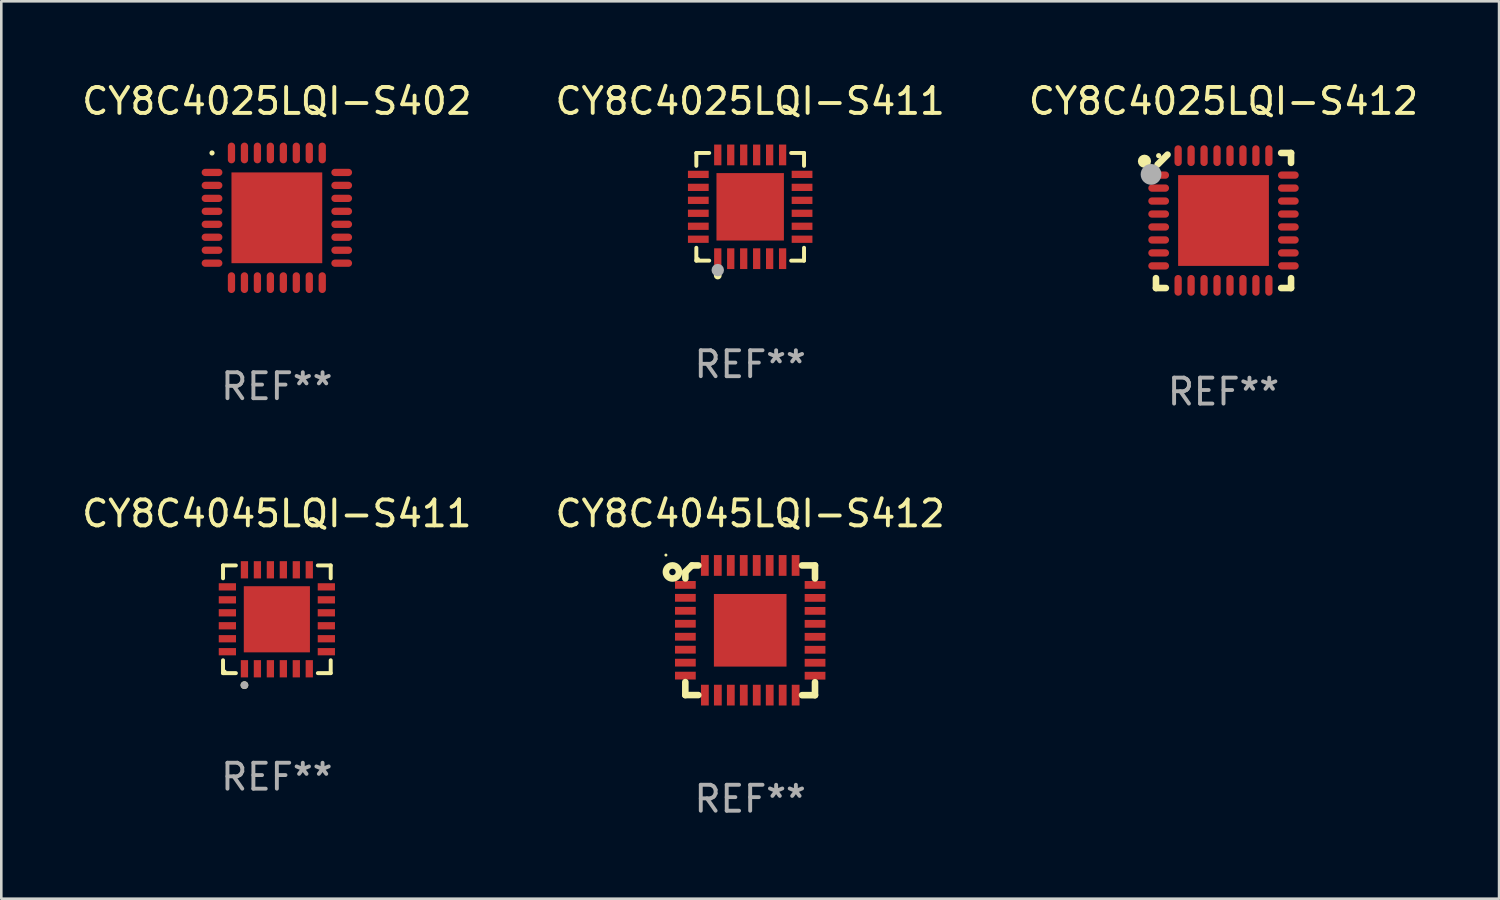
<source format=kicad_pcb>
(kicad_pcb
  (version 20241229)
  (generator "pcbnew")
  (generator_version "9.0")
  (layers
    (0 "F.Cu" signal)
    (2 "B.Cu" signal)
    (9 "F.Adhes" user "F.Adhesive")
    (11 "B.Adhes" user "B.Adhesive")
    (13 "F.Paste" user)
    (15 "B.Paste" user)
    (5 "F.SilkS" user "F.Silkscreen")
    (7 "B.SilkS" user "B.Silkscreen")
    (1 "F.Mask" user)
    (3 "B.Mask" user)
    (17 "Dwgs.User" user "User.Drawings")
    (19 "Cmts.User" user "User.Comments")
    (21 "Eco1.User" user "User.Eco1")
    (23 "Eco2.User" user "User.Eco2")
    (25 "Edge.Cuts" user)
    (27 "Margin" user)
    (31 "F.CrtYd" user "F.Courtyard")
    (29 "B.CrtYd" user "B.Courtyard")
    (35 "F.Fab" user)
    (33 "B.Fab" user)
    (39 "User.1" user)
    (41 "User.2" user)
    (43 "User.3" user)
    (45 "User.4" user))
  (footprint "CY8C4025LQI-S402"
    (layer "F.Cu")
    (at 7.625 5.348)
    (property "Reference" "CY8C4025LQI-S402" (at 0 -4.5 0) (layer "F.SilkS") (effects (font (size 1 1) (thickness 0.15))))
    (attr through_hole)
    (fp_circle (center -2.5 -2.5) (end -2.45 -2.5) (stroke (width 0.1) (type solid)) (fill no) (layer "F.SilkS"))
    (fp_text user "REF**" (at 0 6.5 0) (layer "F.Fab") (effects (font (size 1 1) (thickness 0.15))))
    (pad "1" smd oval (at -2.5 -1.75) (size 0.8 0.28) (layers "F.Cu" "F.Mask" "F.Paste"))
    (pad "2" smd oval (at -2.5 -1.25) (size 0.8 0.28) (layers "F.Cu" "F.Mask" "F.Paste"))
    (pad "3" smd oval (at -2.5 -0.75) (size 0.8 0.28) (layers "F.Cu" "F.Mask" "F.Paste"))
    (pad "4" smd oval (at -2.5 -0.25) (size 0.8 0.28) (layers "F.Cu" "F.Mask" "F.Paste"))
    (pad "5" smd oval (at -2.5 0.25) (size 0.8 0.28) (layers "F.Cu" "F.Mask" "F.Paste"))
    (pad "6" smd oval (at -2.5 0.75) (size 0.8 0.28) (layers "F.Cu" "F.Mask" "F.Paste"))
    (pad "7" smd oval (at -2.5 1.25) (size 0.8 0.28) (layers "F.Cu" "F.Mask" "F.Paste"))
    (pad "8" smd oval (at -2.5 1.75) (size 0.8 0.28) (layers "F.Cu" "F.Mask" "F.Paste"))
    (pad "9" smd oval (at -1.75 2.5) (size 0.28 0.8) (layers "F.Cu" "F.Mask" "F.Paste"))
    (pad "10" smd oval (at -1.25 2.5) (size 0.28 0.8) (layers "F.Cu" "F.Mask" "F.Paste"))
    (pad "11" smd oval (at -0.75 2.5) (size 0.28 0.8) (layers "F.Cu" "F.Mask" "F.Paste"))
    (pad "12" smd oval (at -0.25 2.5) (size 0.28 0.8) (layers "F.Cu" "F.Mask" "F.Paste"))
    (pad "13" smd oval (at 0.25 2.5) (size 0.28 0.8) (layers "F.Cu" "F.Mask" "F.Paste"))
    (pad "14" smd oval (at 0.75 2.5) (size 0.28 0.8) (layers "F.Cu" "F.Mask" "F.Paste"))
    (pad "15" smd oval (at 1.25 2.5) (size 0.28 0.8) (layers "F.Cu" "F.Mask" "F.Paste"))
    (pad "16" smd oval (at 1.75 2.5) (size 0.28 0.8) (layers "F.Cu" "F.Mask" "F.Paste"))
    (pad "17" smd oval (at 2.5 1.75) (size 0.8 0.28) (layers "F.Cu" "F.Mask" "F.Paste"))
    (pad "18" smd oval (at 2.5 1.25) (size 0.8 0.28) (layers "F.Cu" "F.Mask" "F.Paste"))
    (pad "19" smd oval (at 2.5 0.75) (size 0.8 0.28) (layers "F.Cu" "F.Mask" "F.Paste"))
    (pad "20" smd oval (at 2.5 0.25) (size 0.8 0.28) (layers "F.Cu" "F.Mask" "F.Paste"))
    (pad "21" smd oval (at 2.5 -0.25) (size 0.8 0.28) (layers "F.Cu" "F.Mask" "F.Paste"))
    (pad "22" smd oval (at 2.5 -0.75) (size 0.8 0.28) (layers "F.Cu" "F.Mask" "F.Paste"))
    (pad "23" smd oval (at 2.5 -1.25) (size 0.8 0.28) (layers "F.Cu" "F.Mask" "F.Paste"))
    (pad "24" smd oval (at 2.5 -1.75) (size 0.8 0.28) (layers "F.Cu" "F.Mask" "F.Paste"))
    (pad "25" smd oval (at 1.75 -2.5) (size 0.28 0.8) (layers "F.Cu" "F.Mask" "F.Paste"))
    (pad "26" smd oval (at 1.25 -2.5) (size 0.28 0.8) (layers "F.Cu" "F.Mask" "F.Paste"))
    (pad "27" smd oval (at 0.75 -2.5) (size 0.28 0.8) (layers "F.Cu" "F.Mask" "F.Paste"))
    (pad "28" smd oval (at 0.25 -2.5) (size 0.28 0.8) (layers "F.Cu" "F.Mask" "F.Paste"))
    (pad "29" smd oval (at -0.25 -2.5) (size 0.28 0.8) (layers "F.Cu" "F.Mask" "F.Paste"))
    (pad "30" smd oval (at -0.75 -2.5) (size 0.28 0.8) (layers "F.Cu" "F.Mask" "F.Paste"))
    (pad "31" smd oval (at -1.25 -2.5) (size 0.28 0.8) (layers "F.Cu" "F.Mask" "F.Paste"))
    (pad "32" smd oval (at -1.75 -2.5) (size 0.28 0.8) (layers "F.Cu" "F.Mask" "F.Paste"))
    (pad "33" smd rect (at -0.000127 -0.000127) (size 3.5 3.5) (layers "F.Cu" "F.Mask" "F.Paste")))
  (footprint "CY8C4045LQI-S411"
    (layer "F.Cu")
    (at 7.625 20.828)
    (property "Reference" "CY8C4045LQI-S411" (at 0 -4.076 0) (layer "F.SilkS") (effects (font (size 1 1) (thickness 0.15))))
    (attr through_hole)
    (fp_line (start -2.076 -2.076) (end -1.58 -2.076) (stroke (width 0.152) (type solid)) (layer "F.SilkS"))
    (fp_line (start -2.076 -1.58) (end -2.076 -2.076) (stroke (width 0.152) (type solid)) (layer "F.SilkS"))
    (fp_line (start -2.076 1.58) (end -2.076 2.076) (stroke (width 0.152) (type solid)) (layer "F.SilkS"))
    (fp_line (start -2.076 2.076) (end -1.58 2.076) (stroke (width 0.152) (type solid)) (layer "F.SilkS"))
    (fp_line (start 2.076 -2.076) (end 1.58 -2.076) (stroke (width 0.152) (type solid)) (layer "F.SilkS"))
    (fp_line (start 2.076 -1.58) (end 2.076 -2.076) (stroke (width 0.152) (type solid)) (layer "F.SilkS"))
    (fp_line (start 2.076 1.58) (end 2.076 2.076) (stroke (width 0.152) (type solid)) (layer "F.SilkS"))
    (fp_line (start 2.076 2.076) (end 1.58 2.076) (stroke (width 0.152) (type solid)) (layer "F.SilkS"))
    (fp_circle (center -2 2) (end -1.97 2) (stroke (width 0.06) (type solid)) (fill no) (layer "F.SilkS"))
    (fp_circle (center -1.25 2.54) (end -1.175 2.54) (stroke (width 0.15) (type solid)) (fill no) (layer "F.SilkS"))
    (fp_circle (center -1.25 2.54) (end -1.175 2.54) (stroke (width 0.15) (type solid)) (fill no) (layer "F.Fab"))
    (fp_text user "REF**" (at 0 6.076 0) (layer "F.Fab") (effects (font (size 1 1) (thickness 0.15))))
    (pad "1" smd rect (at -1.25 1.908) (size 0.28 0.665) (layers "F.Cu" "F.Mask" "F.Paste"))
    (pad "2" smd rect (at -0.75 1.908) (size 0.28 0.665) (layers "F.Cu" "F.Mask" "F.Paste"))
    (pad "3" smd rect (at -0.25 1.908) (size 0.28 0.665) (layers "F.Cu" "F.Mask" "F.Paste"))
    (pad "4" smd rect (at 0.25 1.908) (size 0.28 0.665) (layers "F.Cu" "F.Mask" "F.Paste"))
    (pad "5" smd rect (at 0.75 1.908) (size 0.28 0.665) (layers "F.Cu" "F.Mask" "F.Paste"))
    (pad "6" smd rect (at 1.25 1.908) (size 0.28 0.665) (layers "F.Cu" "F.Mask" "F.Paste"))
    (pad "7" smd rect (at 1.908 1.25) (size 0.665 0.28) (layers "F.Cu" "F.Mask" "F.Paste"))
    (pad "8" smd rect (at 1.908 0.75) (size 0.665 0.28) (layers "F.Cu" "F.Mask" "F.Paste"))
    (pad "9" smd rect (at 1.908 0.25) (size 0.665 0.28) (layers "F.Cu" "F.Mask" "F.Paste"))
    (pad "10" smd rect (at 1.908 -0.25) (size 0.665 0.28) (layers "F.Cu" "F.Mask" "F.Paste"))
    (pad "11" smd rect (at 1.908 -0.75) (size 0.665 0.28) (layers "F.Cu" "F.Mask" "F.Paste"))
    (pad "12" smd rect (at 1.908 -1.25) (size 0.665 0.28) (layers "F.Cu" "F.Mask" "F.Paste"))
    (pad "13" smd rect (at 1.25 -1.908) (size 0.28 0.665) (layers "F.Cu" "F.Mask" "F.Paste"))
    (pad "14" smd rect (at 0.75 -1.908) (size 0.28 0.665) (layers "F.Cu" "F.Mask" "F.Paste"))
    (pad "15" smd rect (at 0.25 -1.908) (size 0.28 0.665) (layers "F.Cu" "F.Mask" "F.Paste"))
    (pad "16" smd rect (at -0.25 -1.908) (size 0.28 0.665) (layers "F.Cu" "F.Mask" "F.Paste"))
    (pad "17" smd rect (at -0.75 -1.908) (size 0.28 0.665) (layers "F.Cu" "F.Mask" "F.Paste"))
    (pad "18" smd rect (at -1.25 -1.908) (size 0.28 0.665) (layers "F.Cu" "F.Mask" "F.Paste"))
    (pad "19" smd rect (at -1.908 -1.25) (size 0.665 0.28) (layers "F.Cu" "F.Mask" "F.Paste"))
    (pad "20" smd rect (at -1.908 -0.75) (size 0.665 0.28) (layers "F.Cu" "F.Mask" "F.Paste"))
    (pad "21" smd rect (at -1.908 -0.25) (size 0.665 0.28) (layers "F.Cu" "F.Mask" "F.Paste"))
    (pad "22" smd rect (at -1.908 0.25) (size 0.665 0.28) (layers "F.Cu" "F.Mask" "F.Paste"))
    (pad "23" smd rect (at -1.908 0.75) (size 0.665 0.28) (layers "F.Cu" "F.Mask" "F.Paste"))
    (pad "24" smd rect (at -1.908 1.25) (size 0.665 0.28) (layers "F.Cu" "F.Mask" "F.Paste"))
    (pad "25" smd rect (at 0 0) (size 2.55 2.55) (layers "F.Cu" "F.Mask" "F.Paste")))
  (footprint "CY8C4025LQI-S412"
    (layer "F.Cu")
    (at 44.125 5.452)
    (property "Reference" "CY8C4025LQI-S412" (at 0 -4.604 0) (layer "F.SilkS") (effects (font (size 1 1) (thickness 0.15))))
    (attr through_hole)
    (fp_line (start -2.604 2.223) (end -2.604 2.604) (stroke (width 0.254) (type solid)) (layer "F.SilkS"))
    (fp_line (start -2.604 2.604) (end -2.223 2.604) (stroke (width 0.254) (type solid)) (layer "F.SilkS"))
    (fp_line (start -2.159 -2.54) (end -2.54 -2.159) (stroke (width 0.254) (type solid)) (layer "F.SilkS"))
    (fp_line (start 2.223 2.604) (end 2.604 2.604) (stroke (width 0.254) (type solid)) (layer "F.SilkS"))
    (fp_line (start 2.604 -2.604) (end 2.223 -2.604) (stroke (width 0.254) (type solid)) (layer "F.SilkS"))
    (fp_line (start 2.604 -2.223) (end 2.604 -2.604) (stroke (width 0.254) (type solid)) (layer "F.SilkS"))
    (fp_line (start 2.604 2.604) (end 2.604 2.223) (stroke (width 0.254) (type solid)) (layer "F.SilkS"))
    (fp_circle (center -3.048 -2.286) (end -2.921 -2.286) (stroke (width 0.254) (type solid)) (fill no) (layer "F.SilkS"))
    (fp_circle (center -2.5 -2.5) (end -2.45 -2.5) (stroke (width 0.1) (type solid)) (fill no) (layer "F.SilkS"))
    (fp_circle (center -2.794 -1.778) (end -2.594 -1.778) (stroke (width 0.4) (type solid)) (fill no) (layer "F.Fab"))
    (fp_text user "REF**" (at 0 6.604 0) (layer "F.Fab") (effects (font (size 1 1) (thickness 0.15))))
    (pad "1" smd oval (at -2.5 -1.75) (size 0.8 0.28) (layers "F.Cu" "F.Mask" "F.Paste"))
    (pad "2" smd oval (at -2.5 -1.25) (size 0.8 0.28) (layers "F.Cu" "F.Mask" "F.Paste"))
    (pad "3" smd oval (at -2.5 -0.75) (size 0.8 0.28) (layers "F.Cu" "F.Mask" "F.Paste"))
    (pad "4" smd oval (at -2.5 -0.25) (size 0.8 0.28) (layers "F.Cu" "F.Mask" "F.Paste"))
    (pad "5" smd oval (at -2.5 0.25) (size 0.8 0.28) (layers "F.Cu" "F.Mask" "F.Paste"))
    (pad "6" smd oval (at -2.5 0.75) (size 0.8 0.28) (layers "F.Cu" "F.Mask" "F.Paste"))
    (pad "7" smd oval (at -2.5 1.25) (size 0.8 0.28) (layers "F.Cu" "F.Mask" "F.Paste"))
    (pad "8" smd oval (at -2.5 1.75) (size 0.8 0.28) (layers "F.Cu" "F.Mask" "F.Paste"))
    (pad "9" smd oval (at -1.75 2.5) (size 0.28 0.8) (layers "F.Cu" "F.Mask" "F.Paste"))
    (pad "10" smd oval (at -1.25 2.5) (size 0.28 0.8) (layers "F.Cu" "F.Mask" "F.Paste"))
    (pad "11" smd oval (at -0.75 2.5) (size 0.28 0.8) (layers "F.Cu" "F.Mask" "F.Paste"))
    (pad "12" smd oval (at -0.25 2.5) (size 0.28 0.8) (layers "F.Cu" "F.Mask" "F.Paste"))
    (pad "13" smd oval (at 0.25 2.5) (size 0.28 0.8) (layers "F.Cu" "F.Mask" "F.Paste"))
    (pad "14" smd oval (at 0.75 2.5) (size 0.28 0.8) (layers "F.Cu" "F.Mask" "F.Paste"))
    (pad "15" smd oval (at 1.25 2.5) (size 0.28 0.8) (layers "F.Cu" "F.Mask" "F.Paste"))
    (pad "16" smd oval (at 1.75 2.5) (size 0.28 0.8) (layers "F.Cu" "F.Mask" "F.Paste"))
    (pad "17" smd oval (at 2.5 1.75) (size 0.8 0.28) (layers "F.Cu" "F.Mask" "F.Paste"))
    (pad "18" smd oval (at 2.5 1.25) (size 0.8 0.28) (layers "F.Cu" "F.Mask" "F.Paste"))
    (pad "19" smd oval (at 2.5 0.75) (size 0.8 0.28) (layers "F.Cu" "F.Mask" "F.Paste"))
    (pad "20" smd oval (at 2.5 0.25) (size 0.8 0.28) (layers "F.Cu" "F.Mask" "F.Paste"))
    (pad "21" smd oval (at 2.5 -0.25) (size 0.8 0.28) (layers "F.Cu" "F.Mask" "F.Paste"))
    (pad "22" smd oval (at 2.5 -0.75) (size 0.8 0.28) (layers "F.Cu" "F.Mask" "F.Paste"))
    (pad "23" smd oval (at 2.5 -1.25) (size 0.8 0.28) (layers "F.Cu" "F.Mask" "F.Paste"))
    (pad "24" smd oval (at 2.5 -1.75) (size 0.8 0.28) (layers "F.Cu" "F.Mask" "F.Paste"))
    (pad "25" smd oval (at 1.75 -2.5) (size 0.28 0.8) (layers "F.Cu" "F.Mask" "F.Paste"))
    (pad "26" smd oval (at 1.25 -2.5) (size 0.28 0.8) (layers "F.Cu" "F.Mask" "F.Paste"))
    (pad "27" smd oval (at 0.75 -2.5) (size 0.28 0.8) (layers "F.Cu" "F.Mask" "F.Paste"))
    (pad "28" smd oval (at 0.25 -2.5) (size 0.28 0.8) (layers "F.Cu" "F.Mask" "F.Paste"))
    (pad "29" smd oval (at -0.25 -2.5) (size 0.28 0.8) (layers "F.Cu" "F.Mask" "F.Paste"))
    (pad "30" smd oval (at -0.75 -2.5) (size 0.28 0.8) (layers "F.Cu" "F.Mask" "F.Paste"))
    (pad "31" smd oval (at -1.25 -2.5) (size 0.28 0.8) (layers "F.Cu" "F.Mask" "F.Paste"))
    (pad "32" smd oval (at -1.75 -2.5) (size 0.28 0.8) (layers "F.Cu" "F.Mask" "F.Paste"))
    (pad "33" smd rect (at 0.000076 0.000076) (size 3.5 3.5) (layers "F.Cu" "F.Mask" "F.Paste")))
  (footprint "CY8C4045LQI-S412"
    (layer "F.Cu")
    (at 25.875 21.253)
    (property "Reference" "CY8C4045LQI-S412" (at 0 -4.501 0) (layer "F.SilkS") (effects (font (size 1 1) (thickness 0.15))))
    (attr through_hole)
    (fp_line (start -2.501 2.497) (end -2.501 1.997) (stroke (width 0.254) (type solid)) (layer "F.SilkS"))
    (fp_line (start -2.501 2.497) (end -2.001 2.497) (stroke (width 0.254) (type solid)) (layer "F.SilkS"))
    (fp_line (start -2.499 -2.251) (end -2.499 -2.001) (stroke (width 0.254) (type solid)) (layer "F.SilkS"))
    (fp_line (start -2.249 -2.501) (end -2.499 -2.251) (stroke (width 0.254) (type solid)) (layer "F.SilkS"))
    (fp_line (start -1.999 -2.501) (end -2.249 -2.501) (stroke (width 0.254) (type solid)) (layer "F.SilkS"))
    (fp_line (start 2.499 -2.501) (end 1.999 -2.501) (stroke (width 0.254) (type solid)) (layer "F.SilkS"))
    (fp_line (start 2.499 -2.501) (end 2.499 -2.001) (stroke (width 0.254) (type solid)) (layer "F.SilkS"))
    (fp_line (start 2.499 2.501) (end 1.999 2.501) (stroke (width 0.254) (type solid)) (layer "F.SilkS"))
    (fp_line (start 2.499 2.501) (end 2.499 2.001) (stroke (width 0.254) (type solid)) (layer "F.SilkS"))
    (fp_circle (center -3.249 -2.901) (end -3.219 -2.901) (stroke (width 0.06) (type solid)) (fill no) (layer "F.SilkS"))
    (fp_circle (center -2.997 -2.25) (end -2.872 -2.25) (stroke (width 0.254) (type solid)) (fill no) (layer "F.SilkS"))
    (fp_text user "REF**" (at 0 6.501 0) (layer "F.Fab") (effects (font (size 1 1) (thickness 0.15))))
    (pad "1" smd rect (at -2.499 -1.751 90) (size 0.3 0.8) (layers "F.Cu" "F.Mask" "F.Paste"))
    (pad "2" smd rect (at -2.499 -1.253 90) (size 0.3 0.8) (layers "F.Cu" "F.Mask" "F.Paste"))
    (pad "3" smd rect (at -2.499 -0.753 90) (size 0.3 0.8) (layers "F.Cu" "F.Mask" "F.Paste"))
    (pad "4" smd rect (at -2.499 -0.253 90) (size 0.3 0.8) (layers "F.Cu" "F.Mask" "F.Paste"))
    (pad "5" smd rect (at -2.499 0.247 90) (size 0.3 0.8) (layers "F.Cu" "F.Mask" "F.Paste"))
    (pad "6" smd rect (at -2.499 0.747 90) (size 0.3 0.8) (layers "F.Cu" "F.Mask" "F.Paste"))
    (pad "7" smd rect (at -2.499 1.247 90) (size 0.3 0.8) (layers "F.Cu" "F.Mask" "F.Paste"))
    (pad "8" smd rect (at -2.499 1.747 90) (size 0.3 0.8) (layers "F.Cu" "F.Mask" "F.Paste"))
    (pad "9" smd rect (at -1.747 2.499 180) (size 0.3 0.8) (layers "F.Cu" "F.Mask" "F.Paste"))
    (pad "10" smd rect (at -1.247 2.499 180) (size 0.3 0.8) (layers "F.Cu" "F.Mask" "F.Paste"))
    (pad "11" smd rect (at -0.747 2.499 180) (size 0.3 0.8) (layers "F.Cu" "F.Mask" "F.Paste"))
    (pad "12" smd rect (at -0.247 2.499 180) (size 0.3 0.8) (layers "F.Cu" "F.Mask" "F.Paste"))
    (pad "13" smd rect (at 0.253 2.499 180) (size 0.3 0.8) (layers "F.Cu" "F.Mask" "F.Paste"))
    (pad "14" smd rect (at 0.753 2.499 180) (size 0.3 0.8) (layers "F.Cu" "F.Mask" "F.Paste"))
    (pad "15" smd rect (at 1.253 2.499 180) (size 0.3 0.8) (layers "F.Cu" "F.Mask" "F.Paste"))
    (pad "16" smd rect (at 1.753 2.499 180) (size 0.3 0.8) (layers "F.Cu" "F.Mask" "F.Paste"))
    (pad "17" smd rect (at 2.501 1.75 270) (size 0.3 0.8) (layers "F.Cu" "F.Mask" "F.Paste"))
    (pad "18" smd rect (at 2.501 1.25 270) (size 0.3 0.8) (layers "F.Cu" "F.Mask" "F.Paste"))
    (pad "19" smd rect (at 2.501 0.75 270) (size 0.3 0.8) (layers "F.Cu" "F.Mask" "F.Paste"))
    (pad "20" smd rect (at 2.501 0.25 270) (size 0.3 0.8) (layers "F.Cu" "F.Mask" "F.Paste"))
    (pad "21" smd rect (at 2.501 -0.25 270) (size 0.3 0.8) (layers "F.Cu" "F.Mask" "F.Paste"))
    (pad "22" smd rect (at 2.501 -0.75 270) (size 0.3 0.8) (layers "F.Cu" "F.Mask" "F.Paste"))
    (pad "23" smd rect (at 2.501 -1.25 270) (size 0.3 0.8) (layers "F.Cu" "F.Mask" "F.Paste"))
    (pad "24" smd rect (at 2.501 -1.75 270) (size 0.3 0.8) (layers "F.Cu" "F.Mask" "F.Paste"))
    (pad "25" smd rect (at 1.751 -2.501) (size 0.3 0.8) (layers "F.Cu" "F.Mask" "F.Paste"))
    (pad "26" smd rect (at 1.251 -2.501) (size 0.3 0.8) (layers "F.Cu" "F.Mask" "F.Paste"))
    (pad "27" smd rect (at 0.751 -2.501) (size 0.3 0.8) (layers "F.Cu" "F.Mask" "F.Paste"))
    (pad "28" smd rect (at 0.251 -2.501) (size 0.3 0.8) (layers "F.Cu" "F.Mask" "F.Paste"))
    (pad "29" smd rect (at -0.249 -2.501) (size 0.3 0.8) (layers "F.Cu" "F.Mask" "F.Paste"))
    (pad "30" smd rect (at -0.749 -2.501) (size 0.3 0.8) (layers "F.Cu" "F.Mask" "F.Paste"))
    (pad "31" smd rect (at -1.249 -2.501) (size 0.3 0.8) (layers "F.Cu" "F.Mask" "F.Paste"))
    (pad "32" smd rect (at -1.749 -2.501) (size 0.3 0.8) (layers "F.Cu" "F.Mask" "F.Paste"))
    (pad "33" smd rect (at 0.001 -0.001 90) (size 2.8 2.8) (layers "F.Cu" "F.Mask" "F.Paste")))
  (footprint "CY8C4025LQI-S411"
    (layer "F.Cu")
    (at 25.875 4.924)
    (property "Reference" "CY8C4025LQI-S411" (at 0 -4.076 0) (layer "F.SilkS") (effects (font (size 1 1) (thickness 0.15))))
    (attr through_hole)
    (fp_line (start -2.076 -2.076) (end -1.58 -2.076) (stroke (width 0.152) (type solid)) (layer "F.SilkS"))
    (fp_line (start -2.076 -1.58) (end -2.076 -2.076) (stroke (width 0.152) (type solid)) (layer "F.SilkS"))
    (fp_line (start -2.076 1.58) (end -2.076 2.076) (stroke (width 0.152) (type solid)) (layer "F.SilkS"))
    (fp_line (start -2.076 2.076) (end -1.58 2.076) (stroke (width 0.152) (type solid)) (layer "F.SilkS"))
    (fp_line (start 2.076 -2.076) (end 1.58 -2.076) (stroke (width 0.152) (type solid)) (layer "F.SilkS"))
    (fp_line (start 2.076 -1.58) (end 2.076 -2.076) (stroke (width 0.152) (type solid)) (layer "F.SilkS"))
    (fp_line (start 2.076 1.58) (end 2.076 2.076) (stroke (width 0.152) (type solid)) (layer "F.SilkS"))
    (fp_line (start 2.076 2.076) (end 1.58 2.076) (stroke (width 0.152) (type solid)) (layer "F.SilkS"))
    (fp_circle (center -2 2) (end -1.97 2) (stroke (width 0.06) (type solid)) (fill no) (layer "F.SilkS"))
    (fp_circle (center -1.25 2.65) (end -1.175 2.65) (stroke (width 0.15) (type solid)) (fill no) (layer "F.SilkS"))
    (fp_circle (center -1.25 2.44) (end -1.13 2.44) (stroke (width 0.24) (type solid)) (fill no) (layer "F.Fab"))
    (fp_text user "REF**" (at 0 6.076 0) (layer "F.Fab") (effects (font (size 1 1) (thickness 0.15))))
    (pad "1" smd rect (at -1.25 2) (size 0.28 0.8) (layers "F.Cu" "F.Mask" "F.Paste"))
    (pad "2" smd rect (at -0.75 2) (size 0.28 0.8) (layers "F.Cu" "F.Mask" "F.Paste"))
    (pad "3" smd rect (at -0.25 2) (size 0.28 0.8) (layers "F.Cu" "F.Mask" "F.Paste"))
    (pad "4" smd rect (at 0.25 2) (size 0.28 0.8) (layers "F.Cu" "F.Mask" "F.Paste"))
    (pad "5" smd rect (at 0.75 2) (size 0.28 0.8) (layers "F.Cu" "F.Mask" "F.Paste"))
    (pad "6" smd rect (at 1.25 2) (size 0.28 0.8) (layers "F.Cu" "F.Mask" "F.Paste"))
    (pad "7" smd rect (at 2 1.25) (size 0.8 0.28) (layers "F.Cu" "F.Mask" "F.Paste"))
    (pad "8" smd rect (at 2 0.75) (size 0.8 0.28) (layers "F.Cu" "F.Mask" "F.Paste"))
    (pad "9" smd rect (at 2 0.25) (size 0.8 0.28) (layers "F.Cu" "F.Mask" "F.Paste"))
    (pad "10" smd rect (at 2 -0.25) (size 0.8 0.28) (layers "F.Cu" "F.Mask" "F.Paste"))
    (pad "11" smd rect (at 2 -0.75) (size 0.8 0.28) (layers "F.Cu" "F.Mask" "F.Paste"))
    (pad "12" smd rect (at 2 -1.25) (size 0.8 0.28) (layers "F.Cu" "F.Mask" "F.Paste"))
    (pad "13" smd rect (at 1.25 -2) (size 0.28 0.8) (layers "F.Cu" "F.Mask" "F.Paste"))
    (pad "14" smd rect (at 0.75 -2) (size 0.28 0.8) (layers "F.Cu" "F.Mask" "F.Paste"))
    (pad "15" smd rect (at 0.25 -2) (size 0.28 0.8) (layers "F.Cu" "F.Mask" "F.Paste"))
    (pad "16" smd rect (at -0.25 -2) (size 0.28 0.8) (layers "F.Cu" "F.Mask" "F.Paste"))
    (pad "17" smd rect (at -0.75 -2) (size 0.28 0.8) (layers "F.Cu" "F.Mask" "F.Paste"))
    (pad "18" smd rect (at -1.25 -2) (size 0.28 0.8) (layers "F.Cu" "F.Mask" "F.Paste"))
    (pad "19" smd rect (at -2 -1.25) (size 0.8 0.28) (layers "F.Cu" "F.Mask" "F.Paste"))
    (pad "20" smd rect (at -2 -0.75) (size 0.8 0.28) (layers "F.Cu" "F.Mask" "F.Paste"))
    (pad "21" smd rect (at -2 -0.25) (size 0.8 0.28) (layers "F.Cu" "F.Mask" "F.Paste"))
    (pad "22" smd rect (at -2 0.25) (size 0.8 0.28) (layers "F.Cu" "F.Mask" "F.Paste"))
    (pad "23" smd rect (at -2 0.75) (size 0.8 0.28) (layers "F.Cu" "F.Mask" "F.Paste"))
    (pad "24" smd rect (at -2 1.25) (size 0.8 0.28) (layers "F.Cu" "F.Mask" "F.Paste"))
    (pad "25" smd rect (at 0 0) (size 2.6 2.6) (layers "F.Cu" "F.Mask" "F.Paste")))
  (gr_rect
    (start -3 -3)
    (end 54.75 31.602)
    (stroke (width 0.1) (type default))
    (fill no)
    (layer "Edge.Cuts")))
</source>
